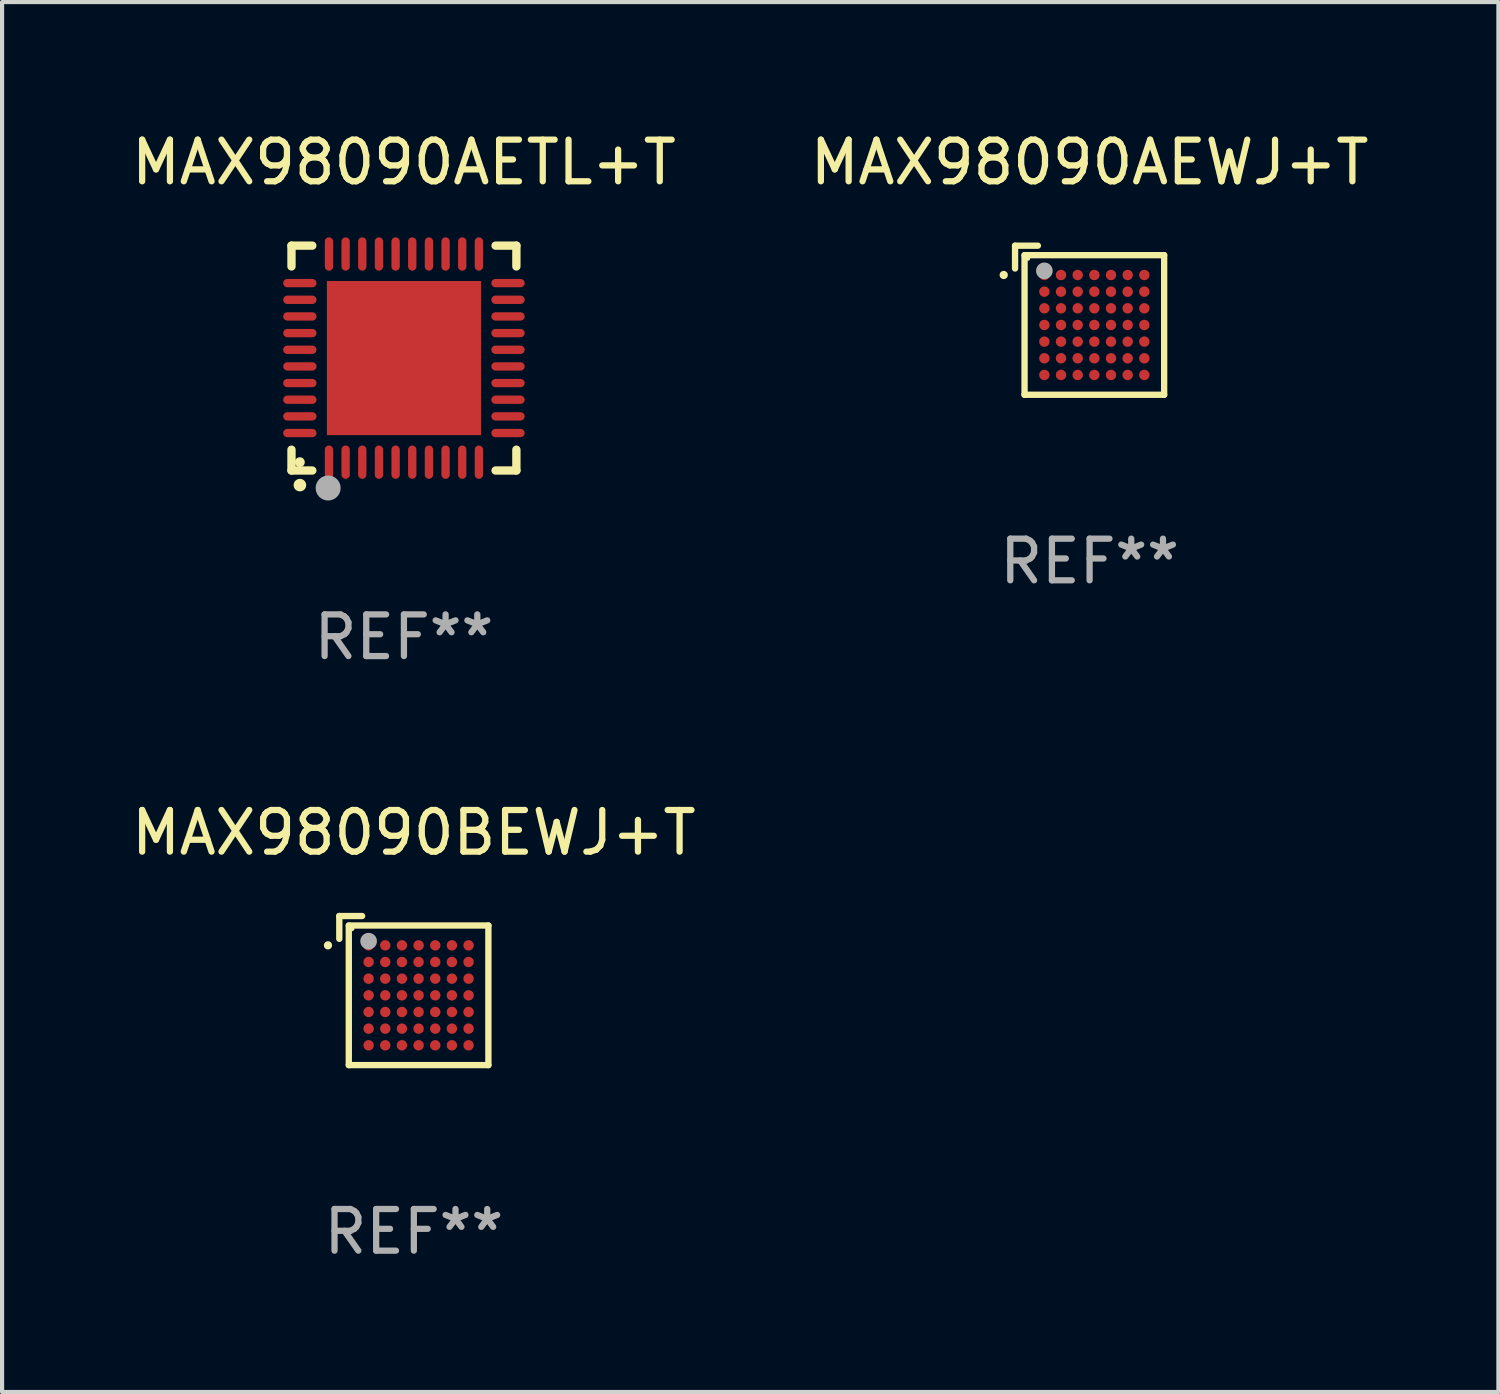
<source format=kicad_pcb>
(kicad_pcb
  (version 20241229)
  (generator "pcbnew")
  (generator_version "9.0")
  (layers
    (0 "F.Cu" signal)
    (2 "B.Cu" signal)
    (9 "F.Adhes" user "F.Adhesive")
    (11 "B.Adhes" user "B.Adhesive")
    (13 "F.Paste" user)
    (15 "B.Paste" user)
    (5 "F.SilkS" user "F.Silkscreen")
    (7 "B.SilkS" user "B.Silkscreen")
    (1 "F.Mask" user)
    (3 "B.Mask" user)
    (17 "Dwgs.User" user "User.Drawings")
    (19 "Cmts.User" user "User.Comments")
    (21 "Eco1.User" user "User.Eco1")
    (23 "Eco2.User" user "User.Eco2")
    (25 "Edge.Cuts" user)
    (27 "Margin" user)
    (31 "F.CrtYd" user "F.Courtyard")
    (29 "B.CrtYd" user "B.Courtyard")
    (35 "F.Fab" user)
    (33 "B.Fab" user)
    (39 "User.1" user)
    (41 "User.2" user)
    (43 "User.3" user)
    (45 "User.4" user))
  (footprint "MAX98090AETL+T"
    (layer "F.Cu")
    (at 6.649 5.548)
    (property "Reference" "MAX98090AETL+T" (at 0 -4.7 0) (layer "F.SilkS") (effects (font (size 1 1) (thickness 0.15))))
    (attr through_hole)
    (fp_line (start -2.7 -2.7) (end -2.7 -2.2) (stroke (width 0.2) (type solid)) (layer "F.SilkS"))
    (fp_line (start -2.7 2.7) (end -2.7 2.2) (stroke (width 0.2) (type solid)) (layer "F.SilkS"))
    (fp_line (start -2.2 -2.7) (end -2.7 -2.7) (stroke (width 0.2) (type solid)) (layer "F.SilkS"))
    (fp_line (start -2.2 2.7) (end -2.7 2.7) (stroke (width 0.2) (type solid)) (layer "F.SilkS"))
    (fp_line (start 2.7 -2.7) (end 2.2 -2.7) (stroke (width 0.2) (type solid)) (layer "F.SilkS"))
    (fp_line (start 2.7 -2.2) (end 2.7 -2.7) (stroke (width 0.2) (type solid)) (layer "F.SilkS"))
    (fp_line (start 2.7 2.2) (end 2.7 2.7) (stroke (width 0.2) (type solid)) (layer "F.SilkS"))
    (fp_line (start 2.7 2.7) (end 2.2 2.7) (stroke (width 0.2) (type solid)) (layer "F.SilkS"))
    (fp_arc (start -2.499365 3.050546) (mid -2.498095 3.050541) (end -2.496825 3.050546) (stroke (width 0.3) (type solid)) (layer "F.SilkS"))
    (fp_circle (center -2.5 2.5) (end -2.44 2.5) (stroke (width 0.12) (type solid)) (fill no) (layer "F.SilkS"))
    (fp_circle (center -1.82 3.12) (end -1.67 3.12) (stroke (width 0.3) (type solid)) (fill no) (layer "F.Fab"))
    (fp_text user "REF**" (at 0 6.7 0) (layer "F.Fab") (effects (font (size 1 1) (thickness 0.15))))
    (pad "1" smd oval (at -1.8 2.499) (size 0.2 0.8) (layers "F.Cu" "F.Mask" "F.Paste"))
    (pad "2" smd oval (at -1.4 2.499) (size 0.2 0.8) (layers "F.Cu" "F.Mask" "F.Paste"))
    (pad "3" smd oval (at -1 2.499) (size 0.2 0.8) (layers "F.Cu" "F.Mask" "F.Paste"))
    (pad "4" smd oval (at -0.6 2.499) (size 0.2 0.8) (layers "F.Cu" "F.Mask" "F.Paste"))
    (pad "5" smd oval (at -0.2 2.499) (size 0.2 0.8) (layers "F.Cu" "F.Mask" "F.Paste"))
    (pad "6" smd oval (at 0.2 2.499) (size 0.2 0.8) (layers "F.Cu" "F.Mask" "F.Paste"))
    (pad "7" smd oval (at 0.6 2.499) (size 0.2 0.8) (layers "F.Cu" "F.Mask" "F.Paste"))
    (pad "8" smd oval (at 1 2.499) (size 0.2 0.8) (layers "F.Cu" "F.Mask" "F.Paste"))
    (pad "9" smd oval (at 1.4 2.499) (size 0.2 0.8) (layers "F.Cu" "F.Mask" "F.Paste"))
    (pad "10" smd oval (at 1.8 2.499) (size 0.2 0.8) (layers "F.Cu" "F.Mask" "F.Paste"))
    (pad "11" smd oval (at 2.499 1.8) (size 0.8 0.2) (layers "F.Cu" "F.Mask" "F.Paste"))
    (pad "12" smd oval (at 2.499 1.4) (size 0.8 0.2) (layers "F.Cu" "F.Mask" "F.Paste"))
    (pad "13" smd oval (at 2.499 1) (size 0.8 0.2) (layers "F.Cu" "F.Mask" "F.Paste"))
    (pad "14" smd oval (at 2.499 0.6) (size 0.8 0.2) (layers "F.Cu" "F.Mask" "F.Paste"))
    (pad "15" smd oval (at 2.499 0.2) (size 0.8 0.2) (layers "F.Cu" "F.Mask" "F.Paste"))
    (pad "16" smd oval (at 2.499 -0.2) (size 0.8 0.2) (layers "F.Cu" "F.Mask" "F.Paste"))
    (pad "17" smd oval (at 2.499 -0.6) (size 0.8 0.2) (layers "F.Cu" "F.Mask" "F.Paste"))
    (pad "18" smd oval (at 2.499 -1) (size 0.8 0.2) (layers "F.Cu" "F.Mask" "F.Paste"))
    (pad "19" smd oval (at 2.499 -1.4) (size 0.8 0.2) (layers "F.Cu" "F.Mask" "F.Paste"))
    (pad "20" smd oval (at 2.499 -1.8) (size 0.8 0.2) (layers "F.Cu" "F.Mask" "F.Paste"))
    (pad "21" smd oval (at 1.8 -2.499) (size 0.2 0.8) (layers "F.Cu" "F.Mask" "F.Paste"))
    (pad "22" smd oval (at 1.4 -2.499) (size 0.2 0.8) (layers "F.Cu" "F.Mask" "F.Paste"))
    (pad "23" smd oval (at 1 -2.499) (size 0.2 0.8) (layers "F.Cu" "F.Mask" "F.Paste"))
    (pad "24" smd oval (at 0.6 -2.499) (size 0.2 0.8) (layers "F.Cu" "F.Mask" "F.Paste"))
    (pad "25" smd oval (at 0.2 -2.499) (size 0.2 0.8) (layers "F.Cu" "F.Mask" "F.Paste"))
    (pad "26" smd oval (at -0.2 -2.499) (size 0.2 0.8) (layers "F.Cu" "F.Mask" "F.Paste"))
    (pad "27" smd oval (at -0.6 -2.499) (size 0.2 0.8) (layers "F.Cu" "F.Mask" "F.Paste"))
    (pad "28" smd oval (at -1 -2.499) (size 0.2 0.8) (layers "F.Cu" "F.Mask" "F.Paste"))
    (pad "29" smd oval (at -1.4 -2.499) (size 0.2 0.8) (layers "F.Cu" "F.Mask" "F.Paste"))
    (pad "30" smd oval (at -1.8 -2.499) (size 0.2 0.8) (layers "F.Cu" "F.Mask" "F.Paste"))
    (pad "31" smd oval (at -2.499 -1.8) (size 0.8 0.2) (layers "F.Cu" "F.Mask" "F.Paste"))
    (pad "32" smd oval (at -2.499 -1.4) (size 0.8 0.2) (layers "F.Cu" "F.Mask" "F.Paste"))
    (pad "33" smd oval (at -2.499 -1) (size 0.8 0.2) (layers "F.Cu" "F.Mask" "F.Paste"))
    (pad "34" smd oval (at -2.499 -0.6) (size 0.8 0.2) (layers "F.Cu" "F.Mask" "F.Paste"))
    (pad "35" smd oval (at -2.499 -0.2) (size 0.8 0.2) (layers "F.Cu" "F.Mask" "F.Paste"))
    (pad "36" smd oval (at -2.499 0.2) (size 0.8 0.2) (layers "F.Cu" "F.Mask" "F.Paste"))
    (pad "37" smd oval (at -2.499 0.6) (size 0.8 0.2) (layers "F.Cu" "F.Mask" "F.Paste"))
    (pad "38" smd oval (at -2.499 1) (size 0.8 0.2) (layers "F.Cu" "F.Mask" "F.Paste"))
    (pad "39" smd oval (at -2.499 1.4) (size 0.8 0.2) (layers "F.Cu" "F.Mask" "F.Paste"))
    (pad "40" smd oval (at -2.499 1.8) (size 0.8 0.2) (layers "F.Cu" "F.Mask" "F.Paste"))
    (pad "41" smd rect (at 0 0) (size 3.7 3.7) (layers "F.Cu" "F.Mask" "F.Paste")))
  (footprint "MAX98090AEWJ+T"
    (layer "F.Cu")
    (at 23.113 4.639)
    (property "Reference" "MAX98090AEWJ+T" (at 0 -3.791 0) (layer "F.SilkS") (effects (font (size 1 1) (thickness 0.15))))
    (attr through_hole)
    (fp_line (start -1.79 -1.79) (end -1.242 -1.79) (stroke (width 0.152) (type solid)) (layer "F.SilkS"))
    (fp_line (start -1.79 -1.242) (end -1.79 -1.79) (stroke (width 0.152) (type solid)) (layer "F.SilkS"))
    (fp_line (start -1.562 -1.562) (end 1.79 -1.562) (stroke (width 0.152) (type solid)) (layer "F.SilkS"))
    (fp_line (start -1.562 1.79) (end -1.562 -1.562) (stroke (width 0.152) (type solid)) (layer "F.SilkS"))
    (fp_line (start 1.79 -1.562) (end 1.79 1.79) (stroke (width 0.152) (type solid)) (layer "F.SilkS"))
    (fp_line (start 1.79 1.79) (end -1.562 1.79) (stroke (width 0.152) (type solid)) (layer "F.SilkS"))
    (fp_circle (center -2.062 -1.086) (end -2.012 -1.086) (stroke (width 0.1) (type solid)) (fill no) (layer "F.SilkS"))
    (fp_circle (center -1.486 -1.486) (end -1.456 -1.486) (stroke (width 0.06) (type solid)) (fill no) (layer "F.SilkS"))
    (fp_circle (center -1.086 -1.186) (end -0.986 -1.186) (stroke (width 0.2) (type solid)) (fill no) (layer "F.Fab"))
    (fp_text user "REF**" (at 0 5.79 0) (layer "F.Fab") (effects (font (size 1 1) (thickness 0.15))))
    (pad "A1" smd circle (at -1.086 -1.086) (size 0.25 0.25) (layers "F.Cu" "F.Mask" "F.Paste"))
    (pad "A2" smd circle (at -0.686 -1.086) (size 0.25 0.25) (layers "F.Cu" "F.Mask" "F.Paste"))
    (pad "A3" smd circle (at -0.286 -1.086) (size 0.25 0.25) (layers "F.Cu" "F.Mask" "F.Paste"))
    (pad "A4" smd circle (at 0.114 -1.086) (size 0.25 0.25) (layers "F.Cu" "F.Mask" "F.Paste"))
    (pad "A5" smd circle (at 0.514 -1.086) (size 0.25 0.25) (layers "F.Cu" "F.Mask" "F.Paste"))
    (pad "A6" smd circle (at 0.914 -1.086) (size 0.25 0.25) (layers "F.Cu" "F.Mask" "F.Paste"))
    (pad "A7" smd circle (at 1.314 -1.086) (size 0.25 0.25) (layers "F.Cu" "F.Mask" "F.Paste"))
    (pad "B1" smd circle (at -1.086 -0.686) (size 0.25 0.25) (layers "F.Cu" "F.Mask" "F.Paste"))
    (pad "B2" smd circle (at -0.686 -0.686) (size 0.25 0.25) (layers "F.Cu" "F.Mask" "F.Paste"))
    (pad "B3" smd circle (at -0.286 -0.686) (size 0.25 0.25) (layers "F.Cu" "F.Mask" "F.Paste"))
    (pad "B4" smd circle (at 0.114 -0.686) (size 0.25 0.25) (layers "F.Cu" "F.Mask" "F.Paste"))
    (pad "B5" smd circle (at 0.514 -0.686) (size 0.25 0.25) (layers "F.Cu" "F.Mask" "F.Paste"))
    (pad "B6" smd circle (at 0.914 -0.686) (size 0.25 0.25) (layers "F.Cu" "F.Mask" "F.Paste"))
    (pad "B7" smd circle (at 1.314 -0.686) (size 0.25 0.25) (layers "F.Cu" "F.Mask" "F.Paste"))
    (pad "C1" smd circle (at -1.086 -0.286) (size 0.25 0.25) (layers "F.Cu" "F.Mask" "F.Paste"))
    (pad "C2" smd circle (at -0.686 -0.286) (size 0.25 0.25) (layers "F.Cu" "F.Mask" "F.Paste"))
    (pad "C3" smd circle (at -0.286 -0.286) (size 0.25 0.25) (layers "F.Cu" "F.Mask" "F.Paste"))
    (pad "C4" smd circle (at 0.114 -0.286) (size 0.25 0.25) (layers "F.Cu" "F.Mask" "F.Paste"))
    (pad "C5" smd circle (at 0.514 -0.286) (size 0.25 0.25) (layers "F.Cu" "F.Mask" "F.Paste"))
    (pad "C6" smd circle (at 0.914 -0.286) (size 0.25 0.25) (layers "F.Cu" "F.Mask" "F.Paste"))
    (pad "C7" smd circle (at 1.314 -0.286) (size 0.25 0.25) (layers "F.Cu" "F.Mask" "F.Paste"))
    (pad "D1" smd circle (at -1.086 0.114) (size 0.25 0.25) (layers "F.Cu" "F.Mask" "F.Paste"))
    (pad "D2" smd circle (at -0.686 0.114) (size 0.25 0.25) (layers "F.Cu" "F.Mask" "F.Paste"))
    (pad "D3" smd circle (at -0.286 0.114) (size 0.25 0.25) (layers "F.Cu" "F.Mask" "F.Paste"))
    (pad "D4" smd circle (at 0.114 0.114) (size 0.25 0.25) (layers "F.Cu" "F.Mask" "F.Paste"))
    (pad "D5" smd circle (at 0.514 0.114) (size 0.25 0.25) (layers "F.Cu" "F.Mask" "F.Paste"))
    (pad "D6" smd circle (at 0.914 0.114) (size 0.25 0.25) (layers "F.Cu" "F.Mask" "F.Paste"))
    (pad "D7" smd circle (at 1.314 0.114) (size 0.25 0.25) (layers "F.Cu" "F.Mask" "F.Paste"))
    (pad "E1" smd circle (at -1.086 0.514) (size 0.25 0.25) (layers "F.Cu" "F.Mask" "F.Paste"))
    (pad "E2" smd circle (at -0.686 0.514) (size 0.25 0.25) (layers "F.Cu" "F.Mask" "F.Paste"))
    (pad "E3" smd circle (at -0.286 0.514) (size 0.25 0.25) (layers "F.Cu" "F.Mask" "F.Paste"))
    (pad "E4" smd circle (at 0.114 0.514) (size 0.25 0.25) (layers "F.Cu" "F.Mask" "F.Paste"))
    (pad "E5" smd circle (at 0.514 0.514) (size 0.25 0.25) (layers "F.Cu" "F.Mask" "F.Paste"))
    (pad "E6" smd circle (at 0.914 0.514) (size 0.25 0.25) (layers "F.Cu" "F.Mask" "F.Paste"))
    (pad "E7" smd circle (at 1.314 0.514) (size 0.25 0.25) (layers "F.Cu" "F.Mask" "F.Paste"))
    (pad "F1" smd circle (at -1.086 0.914) (size 0.25 0.25) (layers "F.Cu" "F.Mask" "F.Paste"))
    (pad "F2" smd circle (at -0.686 0.914) (size 0.25 0.25) (layers "F.Cu" "F.Mask" "F.Paste"))
    (pad "F3" smd circle (at -0.286 0.914) (size 0.25 0.25) (layers "F.Cu" "F.Mask" "F.Paste"))
    (pad "F4" smd circle (at 0.114 0.914) (size 0.25 0.25) (layers "F.Cu" "F.Mask" "F.Paste"))
    (pad "F5" smd circle (at 0.514 0.914) (size 0.25 0.25) (layers "F.Cu" "F.Mask" "F.Paste"))
    (pad "F6" smd circle (at 0.914 0.914) (size 0.25 0.25) (layers "F.Cu" "F.Mask" "F.Paste"))
    (pad "F7" smd circle (at 1.314 0.914) (size 0.25 0.25) (layers "F.Cu" "F.Mask" "F.Paste"))
    (pad "G1" smd circle (at -1.086 1.314) (size 0.25 0.25) (layers "F.Cu" "F.Mask" "F.Paste"))
    (pad "G2" smd circle (at -0.686 1.314) (size 0.25 0.25) (layers "F.Cu" "F.Mask" "F.Paste"))
    (pad "G3" smd circle (at -0.286 1.314) (size 0.25 0.25) (layers "F.Cu" "F.Mask" "F.Paste"))
    (pad "G4" smd circle (at 0.114 1.314) (size 0.25 0.25) (layers "F.Cu" "F.Mask" "F.Paste"))
    (pad "G5" smd circle (at 0.514 1.314) (size 0.25 0.25) (layers "F.Cu" "F.Mask" "F.Paste"))
    (pad "G6" smd circle (at 0.914 1.314) (size 0.25 0.25) (layers "F.Cu" "F.Mask" "F.Paste"))
    (pad "G7" smd circle (at 1.314 1.314) (size 0.25 0.25) (layers "F.Cu" "F.Mask" "F.Paste")))
  (footprint "MAX98090BEWJ+T"
    (layer "F.Cu")
    (at 6.887 20.735)
    (property "Reference" "MAX98090BEWJ+T" (at 0 -3.791 0) (layer "F.SilkS") (effects (font (size 1 1) (thickness 0.15))))
    (attr through_hole)
    (fp_line (start -1.79 -1.79) (end -1.242 -1.79) (stroke (width 0.152) (type solid)) (layer "F.SilkS"))
    (fp_line (start -1.79 -1.242) (end -1.79 -1.79) (stroke (width 0.152) (type solid)) (layer "F.SilkS"))
    (fp_line (start -1.562 -1.562) (end 1.79 -1.562) (stroke (width 0.152) (type solid)) (layer "F.SilkS"))
    (fp_line (start -1.562 1.79) (end -1.562 -1.562) (stroke (width 0.152) (type solid)) (layer "F.SilkS"))
    (fp_line (start 1.79 -1.562) (end 1.79 1.79) (stroke (width 0.152) (type solid)) (layer "F.SilkS"))
    (fp_line (start 1.79 1.79) (end -1.562 1.79) (stroke (width 0.152) (type solid)) (layer "F.SilkS"))
    (fp_circle (center -2.062 -1.086) (end -2.012 -1.086) (stroke (width 0.1) (type solid)) (fill no) (layer "F.SilkS"))
    (fp_circle (center -1.486 -1.486) (end -1.456 -1.486) (stroke (width 0.06) (type solid)) (fill no) (layer "F.SilkS"))
    (fp_circle (center -1.086 -1.186) (end -0.986 -1.186) (stroke (width 0.2) (type solid)) (fill no) (layer "F.Fab"))
    (fp_text user "REF**" (at 0 5.79 0) (layer "F.Fab") (effects (font (size 1 1) (thickness 0.15))))
    (pad "A1" smd circle (at -1.086 -1.086) (size 0.25 0.25) (layers "F.Cu" "F.Mask" "F.Paste"))
    (pad "A2" smd circle (at -0.686 -1.086) (size 0.25 0.25) (layers "F.Cu" "F.Mask" "F.Paste"))
    (pad "A3" smd circle (at -0.286 -1.086) (size 0.25 0.25) (layers "F.Cu" "F.Mask" "F.Paste"))
    (pad "A4" smd circle (at 0.114 -1.086) (size 0.25 0.25) (layers "F.Cu" "F.Mask" "F.Paste"))
    (pad "A5" smd circle (at 0.514 -1.086) (size 0.25 0.25) (layers "F.Cu" "F.Mask" "F.Paste"))
    (pad "A6" smd circle (at 0.914 -1.086) (size 0.25 0.25) (layers "F.Cu" "F.Mask" "F.Paste"))
    (pad "A7" smd circle (at 1.314 -1.086) (size 0.25 0.25) (layers "F.Cu" "F.Mask" "F.Paste"))
    (pad "B1" smd circle (at -1.086 -0.686) (size 0.25 0.25) (layers "F.Cu" "F.Mask" "F.Paste"))
    (pad "B2" smd circle (at -0.686 -0.686) (size 0.25 0.25) (layers "F.Cu" "F.Mask" "F.Paste"))
    (pad "B3" smd circle (at -0.286 -0.686) (size 0.25 0.25) (layers "F.Cu" "F.Mask" "F.Paste"))
    (pad "B4" smd circle (at 0.114 -0.686) (size 0.25 0.25) (layers "F.Cu" "F.Mask" "F.Paste"))
    (pad "B5" smd circle (at 0.514 -0.686) (size 0.25 0.25) (layers "F.Cu" "F.Mask" "F.Paste"))
    (pad "B6" smd circle (at 0.914 -0.686) (size 0.25 0.25) (layers "F.Cu" "F.Mask" "F.Paste"))
    (pad "B7" smd circle (at 1.314 -0.686) (size 0.25 0.25) (layers "F.Cu" "F.Mask" "F.Paste"))
    (pad "C1" smd circle (at -1.086 -0.286) (size 0.25 0.25) (layers "F.Cu" "F.Mask" "F.Paste"))
    (pad "C2" smd circle (at -0.686 -0.286) (size 0.25 0.25) (layers "F.Cu" "F.Mask" "F.Paste"))
    (pad "C3" smd circle (at -0.286 -0.286) (size 0.25 0.25) (layers "F.Cu" "F.Mask" "F.Paste"))
    (pad "C4" smd circle (at 0.114 -0.286) (size 0.25 0.25) (layers "F.Cu" "F.Mask" "F.Paste"))
    (pad "C5" smd circle (at 0.514 -0.286) (size 0.25 0.25) (layers "F.Cu" "F.Mask" "F.Paste"))
    (pad "C6" smd circle (at 0.914 -0.286) (size 0.25 0.25) (layers "F.Cu" "F.Mask" "F.Paste"))
    (pad "C7" smd circle (at 1.314 -0.286) (size 0.25 0.25) (layers "F.Cu" "F.Mask" "F.Paste"))
    (pad "D1" smd circle (at -1.086 0.114) (size 0.25 0.25) (layers "F.Cu" "F.Mask" "F.Paste"))
    (pad "D2" smd circle (at -0.686 0.114) (size 0.25 0.25) (layers "F.Cu" "F.Mask" "F.Paste"))
    (pad "D3" smd circle (at -0.286 0.114) (size 0.25 0.25) (layers "F.Cu" "F.Mask" "F.Paste"))
    (pad "D4" smd circle (at 0.114 0.114) (size 0.25 0.25) (layers "F.Cu" "F.Mask" "F.Paste"))
    (pad "D5" smd circle (at 0.514 0.114) (size 0.25 0.25) (layers "F.Cu" "F.Mask" "F.Paste"))
    (pad "D6" smd circle (at 0.914 0.114) (size 0.25 0.25) (layers "F.Cu" "F.Mask" "F.Paste"))
    (pad "D7" smd circle (at 1.314 0.114) (size 0.25 0.25) (layers "F.Cu" "F.Mask" "F.Paste"))
    (pad "E1" smd circle (at -1.086 0.514) (size 0.25 0.25) (layers "F.Cu" "F.Mask" "F.Paste"))
    (pad "E2" smd circle (at -0.686 0.514) (size 0.25 0.25) (layers "F.Cu" "F.Mask" "F.Paste"))
    (pad "E3" smd circle (at -0.286 0.514) (size 0.25 0.25) (layers "F.Cu" "F.Mask" "F.Paste"))
    (pad "E4" smd circle (at 0.114 0.514) (size 0.25 0.25) (layers "F.Cu" "F.Mask" "F.Paste"))
    (pad "E5" smd circle (at 0.514 0.514) (size 0.25 0.25) (layers "F.Cu" "F.Mask" "F.Paste"))
    (pad "E6" smd circle (at 0.914 0.514) (size 0.25 0.25) (layers "F.Cu" "F.Mask" "F.Paste"))
    (pad "E7" smd circle (at 1.314 0.514) (size 0.25 0.25) (layers "F.Cu" "F.Mask" "F.Paste"))
    (pad "F1" smd circle (at -1.086 0.914) (size 0.25 0.25) (layers "F.Cu" "F.Mask" "F.Paste"))
    (pad "F2" smd circle (at -0.686 0.914) (size 0.25 0.25) (layers "F.Cu" "F.Mask" "F.Paste"))
    (pad "F3" smd circle (at -0.286 0.914) (size 0.25 0.25) (layers "F.Cu" "F.Mask" "F.Paste"))
    (pad "F4" smd circle (at 0.114 0.914) (size 0.25 0.25) (layers "F.Cu" "F.Mask" "F.Paste"))
    (pad "F5" smd circle (at 0.514 0.914) (size 0.25 0.25) (layers "F.Cu" "F.Mask" "F.Paste"))
    (pad "F6" smd circle (at 0.914 0.914) (size 0.25 0.25) (layers "F.Cu" "F.Mask" "F.Paste"))
    (pad "F7" smd circle (at 1.314 0.914) (size 0.25 0.25) (layers "F.Cu" "F.Mask" "F.Paste"))
    (pad "G1" smd circle (at -1.086 1.314) (size 0.25 0.25) (layers "F.Cu" "F.Mask" "F.Paste"))
    (pad "G2" smd circle (at -0.686 1.314) (size 0.25 0.25) (layers "F.Cu" "F.Mask" "F.Paste"))
    (pad "G3" smd circle (at -0.286 1.314) (size 0.25 0.25) (layers "F.Cu" "F.Mask" "F.Paste"))
    (pad "G4" smd circle (at 0.114 1.314) (size 0.25 0.25) (layers "F.Cu" "F.Mask" "F.Paste"))
    (pad "G5" smd circle (at 0.514 1.314) (size 0.25 0.25) (layers "F.Cu" "F.Mask" "F.Paste"))
    (pad "G6" smd circle (at 0.914 1.314) (size 0.25 0.25) (layers "F.Cu" "F.Mask" "F.Paste"))
    (pad "G7" smd circle (at 1.314 1.314) (size 0.25 0.25) (layers "F.Cu" "F.Mask" "F.Paste")))
  (gr_rect
    (start -3 -3)
    (end 32.929 30.374)
    (stroke (width 0.1) (type default))
    (fill no)
    (layer "Edge.Cuts")))
</source>
